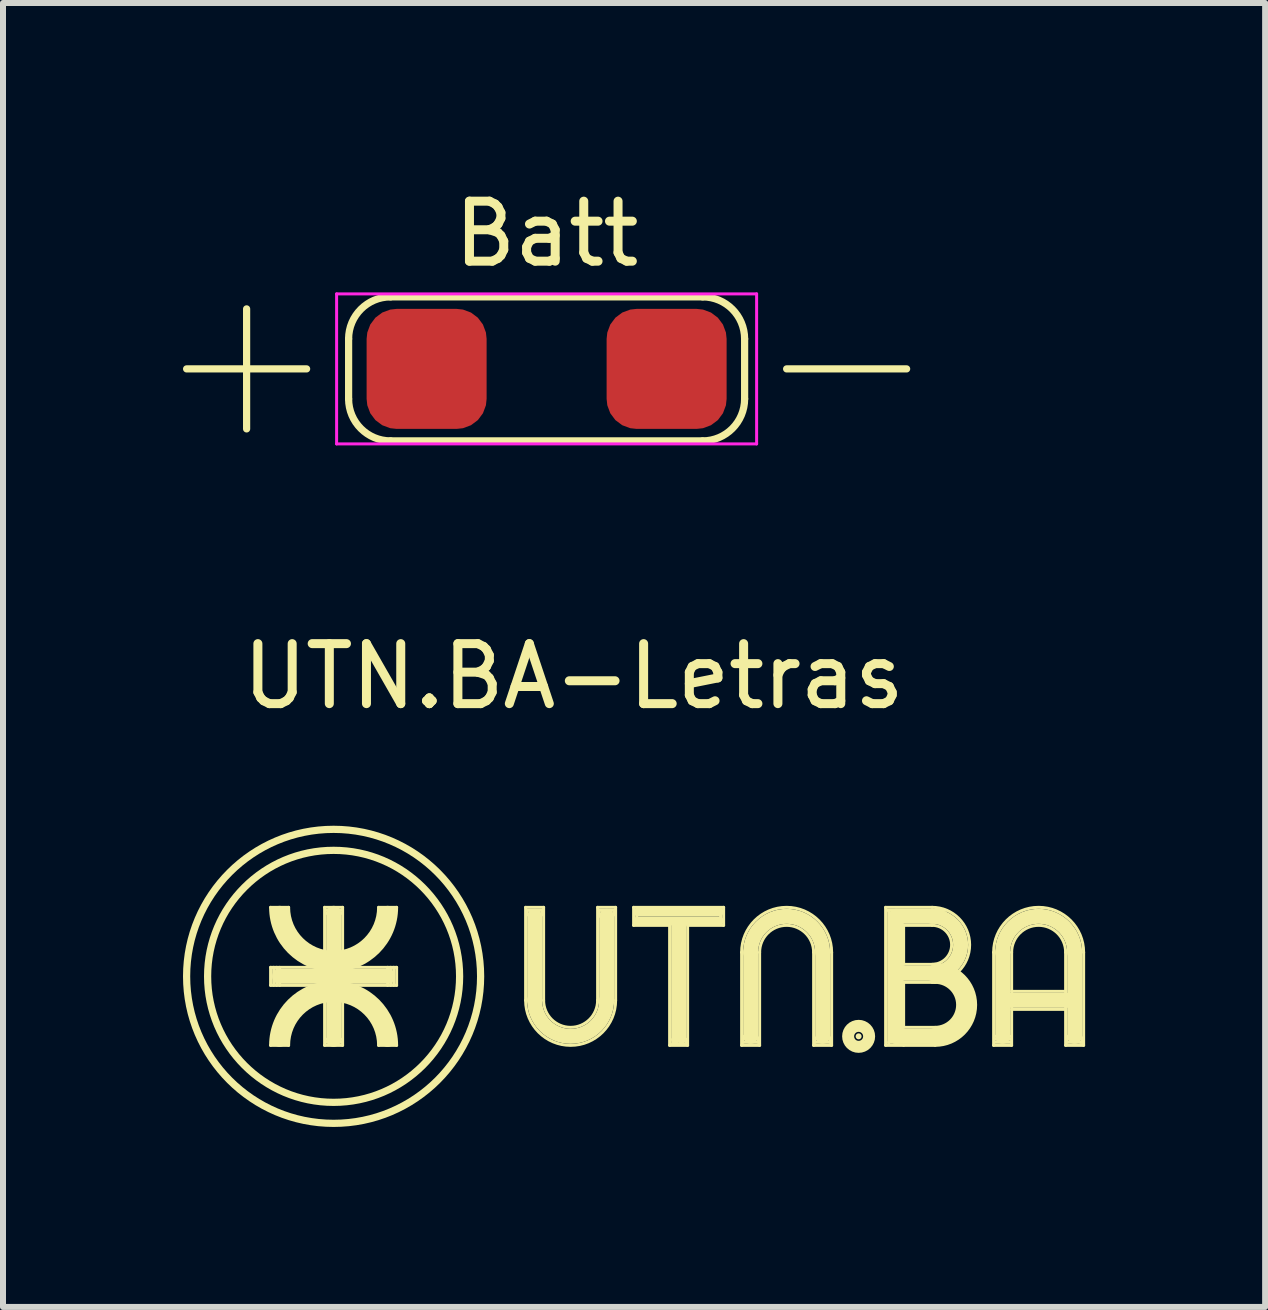
<source format=kicad_pcb>
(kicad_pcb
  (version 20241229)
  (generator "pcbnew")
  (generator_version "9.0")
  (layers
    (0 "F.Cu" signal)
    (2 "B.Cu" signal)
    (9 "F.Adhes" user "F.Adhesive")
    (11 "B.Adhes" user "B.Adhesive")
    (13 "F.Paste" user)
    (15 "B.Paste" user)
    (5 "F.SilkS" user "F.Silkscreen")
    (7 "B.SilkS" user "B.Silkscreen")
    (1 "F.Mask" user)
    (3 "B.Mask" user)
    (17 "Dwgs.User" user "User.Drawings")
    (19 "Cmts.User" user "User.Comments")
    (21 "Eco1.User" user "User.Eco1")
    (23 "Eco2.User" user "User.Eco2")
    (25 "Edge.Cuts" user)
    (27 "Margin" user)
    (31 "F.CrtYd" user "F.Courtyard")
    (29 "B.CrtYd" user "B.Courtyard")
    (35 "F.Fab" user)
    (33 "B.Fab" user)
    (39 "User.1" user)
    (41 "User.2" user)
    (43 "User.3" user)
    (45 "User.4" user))
  (footprint "Batt"
    (layer "F.Cu")
    (at 6.06 3.098)
    (property "Reference" "Batt" (at 0 -2.25 0) (layer "F.SilkS") (effects (font (size 1 1) (thickness 0.15))))
    (attr exclude_from_pos_files exclude_from_bom)
    (fp_line (start -6 0) (end -4 0) (stroke (width 0.12) (type solid)) (layer "F.SilkS"))
    (fp_line (start -5 -1) (end -5 1) (stroke (width 0.12) (type solid)) (layer "F.SilkS"))
    (fp_line (start -3.3 0.5) (end -3.3 -0.5) (stroke (width 0.12) (type solid)) (layer "F.SilkS"))
    (fp_line (start -2.6 -1.2) (end 2.6 -1.2) (stroke (width 0.12) (type solid)) (layer "F.SilkS"))
    (fp_line (start 2.6 1.2) (end -2.6 1.2) (stroke (width 0.12) (type solid)) (layer "F.SilkS"))
    (fp_line (start 3.3 -0.5) (end 3.3 0.5) (stroke (width 0.12) (type solid)) (layer "F.SilkS"))
    (fp_line (start 4 0) (end 6 0) (stroke (width 0.12) (type solid)) (layer "F.SilkS"))
    (fp_arc (start -3.3 -0.5) (mid -3.094975 -0.994975) (end -2.6 -1.2) (stroke (width 0.12) (type solid)) (layer "F.SilkS"))
    (fp_arc (start -2.6 1.2) (mid -3.094975 0.994975) (end -3.3 0.5) (stroke (width 0.12) (type solid)) (layer "F.SilkS"))
    (fp_arc (start 2.6 -1.2) (mid 3.094975 -0.994975) (end 3.3 -0.5) (stroke (width 0.12) (type solid)) (layer "F.SilkS"))
    (fp_arc (start 3.3 0.5) (mid 3.094975 0.994975) (end 2.6 1.2) (stroke (width 0.12) (type solid)) (layer "F.SilkS"))
    (fp_line (start -3.5 -1.25) (end -3.5 1.25) (stroke (width 0.05) (type solid)) (layer "F.CrtYd"))
    (fp_line (start -3.5 -1.25) (end 3.5 -1.25) (stroke (width 0.05) (type solid)) (layer "F.CrtYd"))
    (fp_line (start 3.5 1.25) (end -3.5 1.25) (stroke (width 0.05) (type solid)) (layer "F.CrtYd"))
    (fp_line (start 3.5 1.25) (end 3.5 -1.25) (stroke (width 0.05) (type solid)) (layer "F.CrtYd"))
    (pad "1" smd roundrect (at -2 0) (size 2 2) (layers "F.Cu" "F.Mask") (roundrect_rratio 0.25))
    (pad "2" smd roundrect (at 2 0) (size 2 2) (layers "F.Cu" "F.Mask") (roundrect_rratio 0.25)))
  (footprint "UTN.BA-Letras"
    (layer "F.Cu")
    (at 2.51 13.222)
    (property "Reference" "UTN.BA-Letras" (at 4 -5 0) (layer "F.SilkS") (effects (font (size 1 1) (thickness 0.15))))
    (attr through_hole)
    (fp_line (start -1.05 -1.15) (end -0.75 -1.15) (stroke (width 0.05) (type solid)) (layer "F.SilkS"))
    (fp_line (start -1.05 -0.15) (end -1.05 0.15) (stroke (width 0.05) (type solid)) (layer "F.SilkS"))
    (fp_line (start -1.05 0.15) (end 0.2 0.15) (stroke (width 0.05) (type solid)) (layer "F.SilkS"))
    (fp_line (start -1.05 1.15) (end -0.75 1.15) (stroke (width 0.05) (type solid)) (layer "F.SilkS"))
    (fp_line (start -1 -0.15) (end -1 0.15) (stroke (width 0.05) (type solid)) (layer "F.SilkS"))
    (fp_line (start -0.95 0.15) (end -0.95 -0.15) (stroke (width 0.05) (type solid)) (layer "F.SilkS"))
    (fp_line (start -0.9 -0.15) (end -0.9 0.15) (stroke (width 0.05) (type solid)) (layer "F.SilkS"))
    (fp_line (start -0.9 0) (end 0.9 0) (stroke (width 0.25) (type solid)) (layer "F.SilkS"))
    (fp_line (start -0.16 0.15) (end -0.15 0.15) (stroke (width 0.05) (type solid)) (layer "F.SilkS"))
    (fp_line (start -0.15 -1.15) (end -0.15 0.2) (stroke (width 0.05) (type solid)) (layer "F.SilkS"))
    (fp_line (start -0.15 -1.15) (end 0.15 -1.15) (stroke (width 0.05) (type solid)) (layer "F.SilkS"))
    (fp_line (start -0.15 0.15) (end -0.15 1.15) (stroke (width 0.05) (type solid)) (layer "F.SilkS"))
    (fp_line (start -0.15 1.15) (end 0.15 1.15) (stroke (width 0.05) (type solid)) (layer "F.SilkS"))
    (fp_line (start -0.125 -1.1) (end 0.125 -1.1) (stroke (width 0.05) (type solid)) (layer "F.SilkS"))
    (fp_line (start -0.125 -1.05) (end 0.125 -1.05) (stroke (width 0.05) (type solid)) (layer "F.SilkS"))
    (fp_line (start -0.125 1.05) (end 0.125 1.05) (stroke (width 0.05) (type solid)) (layer "F.SilkS"))
    (fp_line (start -0.125 1.1) (end 0.125 1.1) (stroke (width 0.05) (type solid)) (layer "F.SilkS"))
    (fp_line (start 0 -1.05) (end 0 1.05) (stroke (width 0.25) (type solid)) (layer "F.SilkS"))
    (fp_line (start 0.15 -1.15) (end 0.15 0.25) (stroke (width 0.05) (type solid)) (layer "F.SilkS"))
    (fp_line (start 0.15 0.15) (end 1.05 0.15) (stroke (width 0.05) (type solid)) (layer "F.SilkS"))
    (fp_line (start 0.15 1.15) (end 0.15 0.15) (stroke (width 0.05) (type solid)) (layer "F.SilkS"))
    (fp_line (start 0.9 -0.15) (end 0.9 0.15) (stroke (width 0.05) (type solid)) (layer "F.SilkS"))
    (fp_line (start 0.95 -0.15) (end 0.95 0.15) (stroke (width 0.05) (type solid)) (layer "F.SilkS"))
    (fp_line (start 1 -0.15) (end 1 0.15) (stroke (width 0.05) (type solid)) (layer "F.SilkS"))
    (fp_line (start 1.05 -1.15) (end 0.75 -1.15) (stroke (width 0.05) (type solid)) (layer "F.SilkS"))
    (fp_line (start 1.05 -0.15) (end -1.05 -0.15) (stroke (width 0.05) (type solid)) (layer "F.SilkS"))
    (fp_line (start 1.05 0.15) (end 1.05 -0.15) (stroke (width 0.05) (type solid)) (layer "F.SilkS"))
    (fp_line (start 1.05 1.15) (end 0.75 1.15) (stroke (width 0.05) (type solid)) (layer "F.SilkS"))
    (fp_line (start 3.2 -1.15) (end 3.2 0.4) (stroke (width 0.05) (type solid)) (layer "F.SilkS"))
    (fp_line (start 3.2 -1.15) (end 3.5 -1.15) (stroke (width 0.05) (type solid)) (layer "F.SilkS"))
    (fp_line (start 3.225 -1.1) (end 3.475 -1.1) (stroke (width 0.05) (type solid)) (layer "F.SilkS"))
    (fp_line (start 3.225 -1.025) (end 3.225 -1.1) (stroke (width 0.05) (type solid)) (layer "F.SilkS"))
    (fp_line (start 3.35 0.4) (end 3.35 -1) (stroke (width 0.25) (type solid)) (layer "F.SilkS"))
    (fp_line (start 3.475 -1.1) (end 3.475 -1.025) (stroke (width 0.05) (type solid)) (layer "F.SilkS"))
    (fp_line (start 3.5 -1.15) (end 3.5 0.4) (stroke (width 0.05) (type solid)) (layer "F.SilkS"))
    (fp_line (start 4.4 -1.15) (end 4.4 0.4) (stroke (width 0.05) (type solid)) (layer "F.SilkS"))
    (fp_line (start 4.4 -1.15) (end 4.7 -1.15) (stroke (width 0.05) (type solid)) (layer "F.SilkS"))
    (fp_line (start 4.425 -1.1) (end 4.675 -1.1) (stroke (width 0.05) (type solid)) (layer "F.SilkS"))
    (fp_line (start 4.425 -1) (end 4.425 -1.1) (stroke (width 0.05) (type solid)) (layer "F.SilkS"))
    (fp_line (start 4.55 0.4) (end 4.55 -1) (stroke (width 0.25) (type solid)) (layer "F.SilkS"))
    (fp_line (start 4.675 -1.1) (end 4.675 -1.025) (stroke (width 0.05) (type solid)) (layer "F.SilkS"))
    (fp_line (start 4.7 -1.15) (end 4.7 0.4) (stroke (width 0.05) (type solid)) (layer "F.SilkS"))
    (fp_line (start 5 -1.15) (end 5 -0.85) (stroke (width 0.05) (type solid)) (layer "F.SilkS"))
    (fp_line (start 5 -1.15) (end 6.5 -1.15) (stroke (width 0.05) (type solid)) (layer "F.SilkS"))
    (fp_line (start 5 -0.85) (end 5.6 -0.85) (stroke (width 0.05) (type solid)) (layer "F.SilkS"))
    (fp_line (start 5.05 -1.05) (end 5.05 -0.95) (stroke (width 0.05) (type solid)) (layer "F.SilkS"))
    (fp_line (start 5.075 -1.075) (end 6.425 -1.075) (stroke (width 0.15) (type solid)) (layer "F.SilkS"))
    (fp_line (start 5.6 -0.85) (end 5.6 1.15) (stroke (width 0.05) (type solid)) (layer "F.SilkS"))
    (fp_line (start 5.6 1.15) (end 5.9 1.15) (stroke (width 0.05) (type solid)) (layer "F.SilkS"))
    (fp_line (start 5.65 1.05) (end 5.65 1.125) (stroke (width 0.05) (type solid)) (layer "F.SilkS"))
    (fp_line (start 5.65 1.125) (end 5.875 1.125) (stroke (width 0.05) (type solid)) (layer "F.SilkS"))
    (fp_line (start 5.7 -0.85) (end 5.7 1.05) (stroke (width 0.15) (type solid)) (layer "F.SilkS"))
    (fp_line (start 5.8 1.05) (end 5.8 -0.85) (stroke (width 0.15) (type solid)) (layer "F.SilkS"))
    (fp_line (start 5.875 1.125) (end 5.875 1.05) (stroke (width 0.05) (type solid)) (layer "F.SilkS"))
    (fp_line (start 5.9 -0.85) (end 6.5 -0.85) (stroke (width 0.05) (type solid)) (layer "F.SilkS"))
    (fp_line (start 5.9 1.15) (end 5.9 -0.85) (stroke (width 0.05) (type solid)) (layer "F.SilkS"))
    (fp_line (start 6.425 -0.925) (end 5.075 -0.925) (stroke (width 0.15) (type solid)) (layer "F.SilkS"))
    (fp_line (start 6.45 -1.075) (end 6.45 -0.95) (stroke (width 0.05) (type solid)) (layer "F.SilkS"))
    (fp_line (start 6.5 -1.15) (end 6.5 -0.85) (stroke (width 0.05) (type solid)) (layer "F.SilkS"))
    (fp_line (start 6.8 1.15) (end 6.8 -0.4) (stroke (width 0.05) (type solid)) (layer "F.SilkS"))
    (fp_line (start 6.825 1) (end 6.825 1.1) (stroke (width 0.05) (type solid)) (layer "F.SilkS"))
    (fp_line (start 6.825 1.1) (end 7.075 1.1) (stroke (width 0.05) (type solid)) (layer "F.SilkS"))
    (fp_line (start 6.95 -0.4) (end 6.95 1) (stroke (width 0.25) (type solid)) (layer "F.SilkS"))
    (fp_line (start 7.075 1.1) (end 7.075 1.025) (stroke (width 0.05) (type solid)) (layer "F.SilkS"))
    (fp_line (start 7.1 1.15) (end 6.8 1.15) (stroke (width 0.05) (type solid)) (layer "F.SilkS"))
    (fp_line (start 7.1 1.15) (end 7.1 -0.4) (stroke (width 0.05) (type solid)) (layer "F.SilkS"))
    (fp_line (start 8 1.15) (end 8 -0.4) (stroke (width 0.05) (type solid)) (layer "F.SilkS"))
    (fp_line (start 8.025 1.025) (end 8.025 1.1) (stroke (width 0.05) (type solid)) (layer "F.SilkS"))
    (fp_line (start 8.025 1.1) (end 8.275 1.1) (stroke (width 0.05) (type solid)) (layer "F.SilkS"))
    (fp_line (start 8.15 -0.4) (end 8.15 1) (stroke (width 0.25) (type solid)) (layer "F.SilkS"))
    (fp_line (start 8.275 1.1) (end 8.275 1.025) (stroke (width 0.05) (type solid)) (layer "F.SilkS"))
    (fp_line (start 8.3 1.15) (end 8 1.15) (stroke (width 0.05) (type solid)) (layer "F.SilkS"))
    (fp_line (start 8.3 1.15) (end 8.3 -0.4) (stroke (width 0.05) (type solid)) (layer "F.SilkS"))
    (fp_line (start 9.2 -1.15) (end 9.975 -1.15) (stroke (width 0.05) (type solid)) (layer "F.SilkS"))
    (fp_line (start 9.2 1.15) (end 9.2 -1.15) (stroke (width 0.05) (type solid)) (layer "F.SilkS"))
    (fp_line (start 9.225 -1.1) (end 10.2 -1.1) (stroke (width 0.05) (type solid)) (layer "F.SilkS"))
    (fp_line (start 9.25 -1.075) (end 9.25 1.125) (stroke (width 0.05) (type solid)) (layer "F.SilkS"))
    (fp_line (start 9.25 1.1) (end 10.25 1.1) (stroke (width 0.05) (type solid)) (layer "F.SilkS"))
    (fp_line (start 9.375 -1) (end 9.375 1) (stroke (width 0.25) (type solid)) (layer "F.SilkS"))
    (fp_line (start 9.375 1) (end 10 1) (stroke (width 0.25) (type solid)) (layer "F.SilkS"))
    (fp_line (start 9.5 -0.85) (end 9.5 -0.2) (stroke (width 0.05) (type solid)) (layer "F.SilkS"))
    (fp_line (start 9.5 -0.85) (end 9.975 -0.85) (stroke (width 0.05) (type solid)) (layer "F.SilkS"))
    (fp_line (start 9.5 -0.2) (end 10.025 -0.2) (stroke (width 0.05) (type solid)) (layer "F.SilkS"))
    (fp_line (start 9.5 0.1) (end 10.025 0.1) (stroke (width 0.05) (type solid)) (layer "F.SilkS"))
    (fp_line (start 9.5 0.85) (end 9.5 0.1) (stroke (width 0.05) (type solid)) (layer "F.SilkS"))
    (fp_line (start 9.5 0.85) (end 10.025 0.85) (stroke (width 0.05) (type solid)) (layer "F.SilkS"))
    (fp_line (start 9.5 1.15) (end 9.2 1.15) (stroke (width 0.05) (type solid)) (layer "F.SilkS"))
    (fp_line (start 9.5 1.15) (end 10.025 1.15) (stroke (width 0.05) (type solid)) (layer "F.SilkS"))
    (fp_line (start 9.975 -1) (end 9.375 -1) (stroke (width 0.25) (type solid)) (layer "F.SilkS"))
    (fp_line (start 9.975 -0.05) (end 9.5 -0.05) (stroke (width 0.25) (type solid)) (layer "F.SilkS"))
    (fp_line (start 11 1.15) (end 11 -0.4) (stroke (width 0.05) (type solid)) (layer "F.SilkS"))
    (fp_line (start 11.025 1) (end 11.275 1) (stroke (width 0.05) (type solid)) (layer "F.SilkS"))
    (fp_line (start 11.025 1.1) (end 11.275 1.1) (stroke (width 0.05) (type solid)) (layer "F.SilkS"))
    (fp_line (start 11.15 -0.4) (end 11.15 1) (stroke (width 0.25) (type solid)) (layer "F.SilkS"))
    (fp_line (start 11.275 1.05) (end 11.025 1.05) (stroke (width 0.05) (type solid)) (layer "F.SilkS"))
    (fp_line (start 11.3 0.4) (end 12.225 0.4) (stroke (width 0.25) (type solid)) (layer "F.SilkS"))
    (fp_line (start 11.3 0.55) (end 12.2 0.55) (stroke (width 0.05) (type solid)) (layer "F.SilkS"))
    (fp_line (start 11.3 1.15) (end 11 1.15) (stroke (width 0.05) (type solid)) (layer "F.SilkS"))
    (fp_line (start 11.3 1.15) (end 11.3 -0.4) (stroke (width 0.05) (type solid)) (layer "F.SilkS"))
    (fp_line (start 12.2 0.25) (end 11.3 0.25) (stroke (width 0.05) (type solid)) (layer "F.SilkS"))
    (fp_line (start 12.2 1.15) (end 12.2 -0.4) (stroke (width 0.05) (type solid)) (layer "F.SilkS"))
    (fp_line (start 12.225 1) (end 12.225 1.1) (stroke (width 0.05) (type solid)) (layer "F.SilkS"))
    (fp_line (start 12.225 1.1) (end 12.45 1.1) (stroke (width 0.05) (type solid)) (layer "F.SilkS"))
    (fp_line (start 12.35 -0.4) (end 12.35 1) (stroke (width 0.25) (type solid)) (layer "F.SilkS"))
    (fp_line (start 12.45 1.1) (end 12.475 1.1) (stroke (width 0.05) (type solid)) (layer "F.SilkS"))
    (fp_line (start 12.475 1.1) (end 12.475 1.025) (stroke (width 0.05) (type solid)) (layer "F.SilkS"))
    (fp_line (start 12.5 1.15) (end 12.2 1.15) (stroke (width 0.05) (type solid)) (layer "F.SilkS"))
    (fp_line (start 12.5 1.15) (end 12.5 -0.4) (stroke (width 0.05) (type solid)) (layer "F.SilkS"))
    (fp_arc (start -1.05 1.15) (mid 0 0.1) (end 1.05 1.15) (stroke (width 0.05) (type solid)) (layer "F.SilkS"))
    (fp_arc (start -1.00002 1.100432) (mid -0.000216 0.148752) (end 0.999999 1.100001) (stroke (width 0.1) (type solid)) (layer "F.SilkS"))
    (fp_arc (start -0.899965 1.049691) (mid 0.000156 0.244462) (end 0.899999 1.050001) (stroke (width 0.25) (type solid)) (layer "F.SilkS"))
    (fp_arc (start -0.799957 1.099338) (mid 0.000332 0.34844) (end 0.799999 1.100001) (stroke (width 0.1) (type solid)) (layer "F.SilkS"))
    (fp_arc (start -0.75 1.15) (mid 0 0.4) (end 0.75 1.15) (stroke (width 0.05) (type solid)) (layer "F.SilkS"))
    (fp_arc (start 0.75 -1.15) (mid 0 -0.4) (end -0.75 -1.15) (stroke (width 0.05) (type solid)) (layer "F.SilkS"))
    (fp_arc (start 0.799957 -1.099338) (mid -0.000332 -0.34844) (end -0.799999 -1.100001) (stroke (width 0.1) (type solid)) (layer "F.SilkS"))
    (fp_arc (start 0.899965 -1.049691) (mid -0.000156 -0.244462) (end -0.899999 -1.050001) (stroke (width 0.25) (type solid)) (layer "F.SilkS"))
    (fp_arc (start 1.00002 -1.100432) (mid 0.000216 -0.148752) (end -0.999999 -1.100001) (stroke (width 0.1) (type solid)) (layer "F.SilkS"))
    (fp_arc (start 1.05 -1.15) (mid 0 -0.1) (end -1.05 -1.15) (stroke (width 0.05) (type solid)) (layer "F.SilkS"))
    (fp_arc (start 4.4 0.4) (mid 3.95 0.85) (end 3.5 0.4) (stroke (width 0.05) (type solid)) (layer "F.SilkS"))
    (fp_arc (start 4.55 0.4) (mid 3.95 1) (end 3.35 0.4) (stroke (width 0.25) (type solid)) (layer "F.SilkS"))
    (fp_arc (start 4.7 0.4) (mid 3.95 1.15) (end 3.2 0.4) (stroke (width 0.05) (type solid)) (layer "F.SilkS"))
    (fp_arc (start 6.8 -0.4) (mid 7.55 -1.15) (end 8.3 -0.4) (stroke (width 0.05) (type solid)) (layer "F.SilkS"))
    (fp_arc (start 6.95 -0.4) (mid 7.55 -1) (end 8.15 -0.4) (stroke (width 0.25) (type solid)) (layer "F.SilkS"))
    (fp_arc (start 7.1 -0.4) (mid 7.55 -0.85) (end 8 -0.4) (stroke (width 0.05) (type solid)) (layer "F.SilkS"))
    (fp_arc (start 9.975 -1.15) (mid 10.6 -0.525) (end 9.975 0.1) (stroke (width 0.05) (type solid)) (layer "F.SilkS"))
    (fp_arc (start 9.975 -1) (mid 10.45 -0.525) (end 9.975 -0.05) (stroke (width 0.25) (type solid)) (layer "F.SilkS"))
    (fp_arc (start 9.975 -0.85) (mid 10.3 -0.525) (end 9.975 -0.2) (stroke (width 0.05) (type solid)) (layer "F.SilkS"))
    (fp_arc (start 10.025 -0.2) (mid 10.7 0.475) (end 10.025 1.15) (stroke (width 0.05) (type solid)) (layer "F.SilkS"))
    (fp_arc (start 10.025 -0.05) (mid 10.55 0.475) (end 10.025 1) (stroke (width 0.28) (type solid)) (layer "F.SilkS"))
    (fp_arc (start 10.025 0.1) (mid 10.4 0.475) (end 10.025 0.85) (stroke (width 0.05) (type solid)) (layer "F.SilkS"))
    (fp_arc (start 11 -0.4) (mid 11.75 -1.15) (end 12.5 -0.4) (stroke (width 0.05) (type solid)) (layer "F.SilkS"))
    (fp_arc (start 11.15 -0.4) (mid 11.75 -1) (end 12.35 -0.4) (stroke (width 0.25) (type solid)) (layer "F.SilkS"))
    (fp_arc (start 11.3 -0.4) (mid 11.75 -0.85) (end 12.2 -0.4) (stroke (width 0.05) (type solid)) (layer "F.SilkS"))
    (fp_circle (center 0 0) (end 2.1 0) (stroke (width 0.12) (type solid)) (fill no) (layer "F.SilkS"))
    (fp_circle (center 0 0) (end 2.45 0) (stroke (width 0.12) (type solid)) (fill no) (layer "F.SilkS"))
    (fp_circle (center 8.75 1) (end 8.775 1) (stroke (width 0.05) (type solid)) (fill no) (layer "F.SilkS"))
    (fp_circle (center 8.75 1) (end 8.825 1) (stroke (width 0.2) (type solid)) (fill no) (layer "F.SilkS"))
    (fp_circle (center 8.75 1) (end 8.9 1) (stroke (width 0.05) (type solid)) (fill no) (layer "F.SilkS")))
  (gr_rect
    (start -3 -3)
    (end 18.035 18.732)
    (stroke (width 0.1) (type default))
    (fill no)
    (layer "Edge.Cuts")))
</source>
